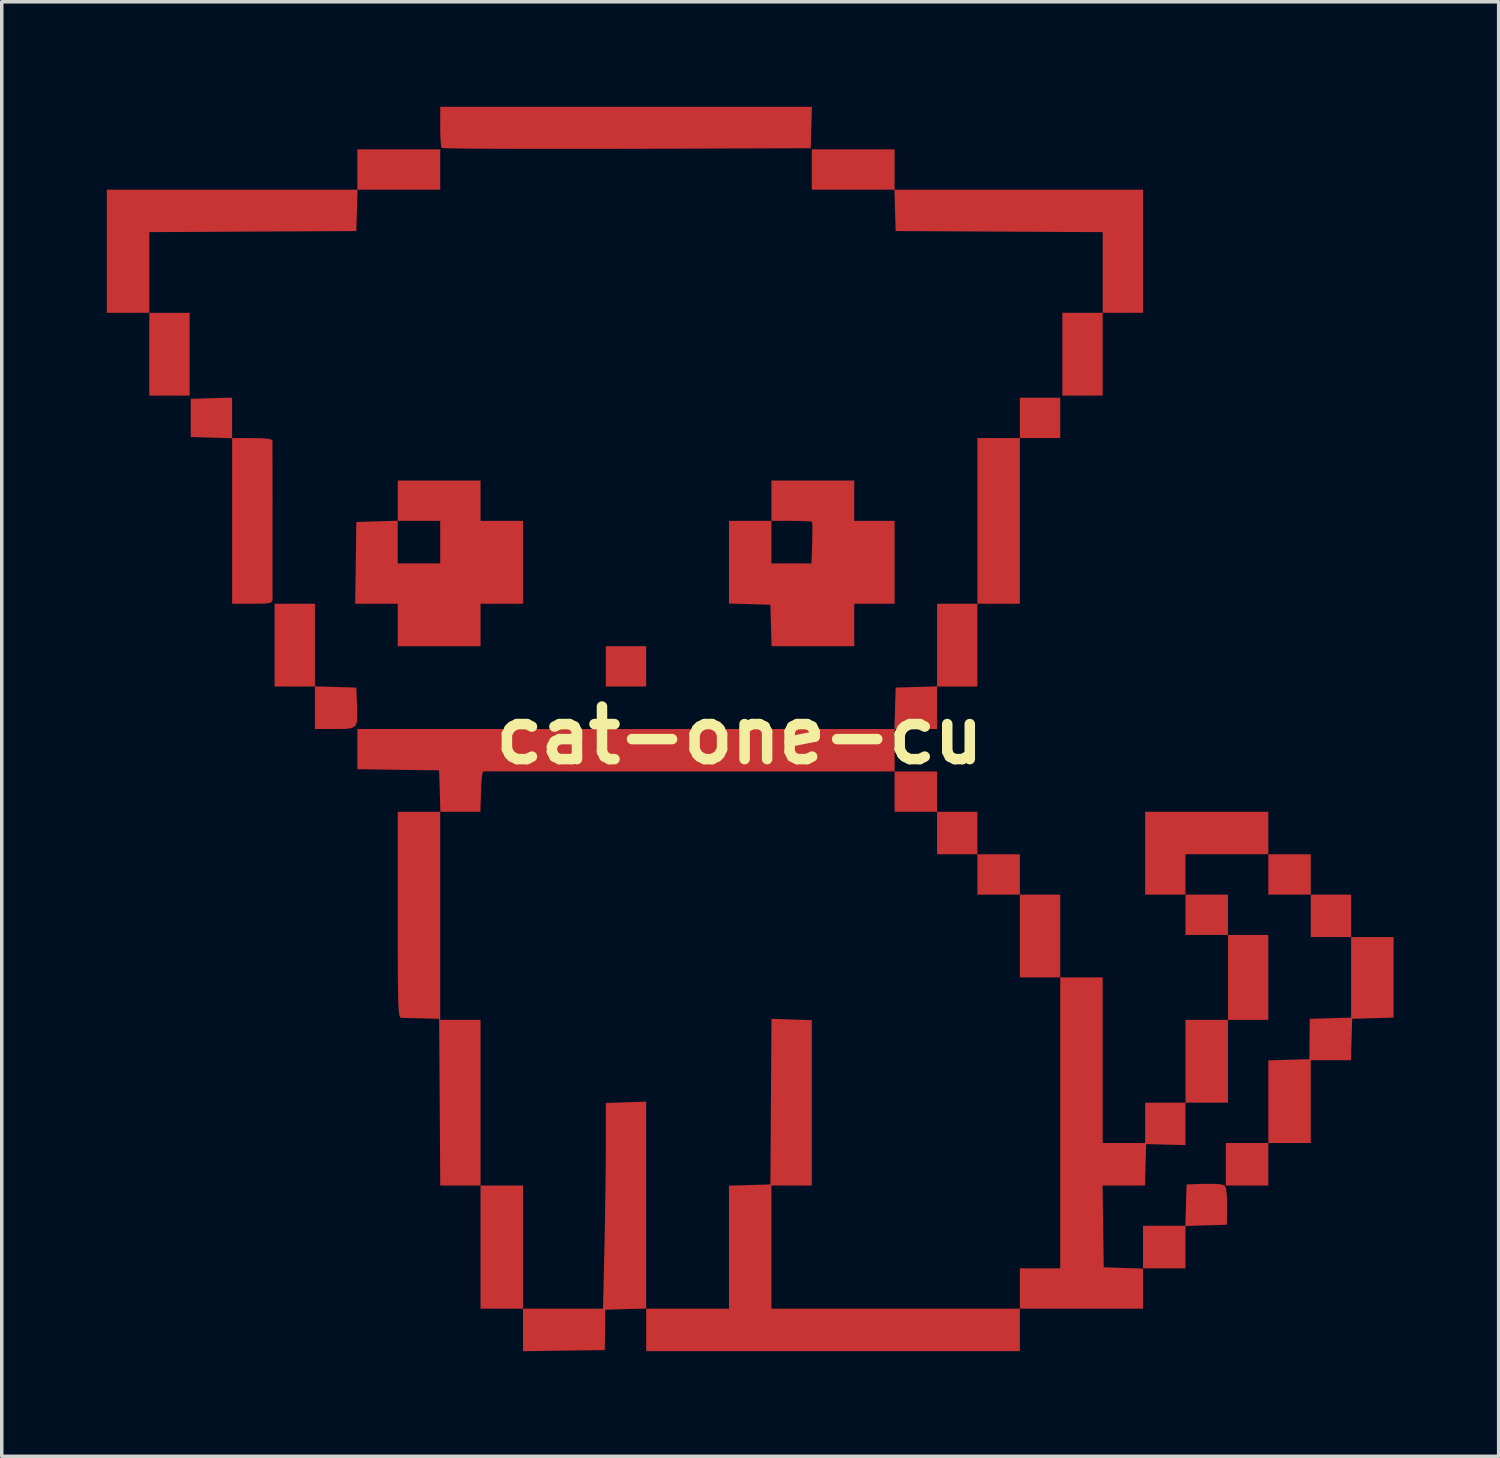
<source format=kicad_pcb>
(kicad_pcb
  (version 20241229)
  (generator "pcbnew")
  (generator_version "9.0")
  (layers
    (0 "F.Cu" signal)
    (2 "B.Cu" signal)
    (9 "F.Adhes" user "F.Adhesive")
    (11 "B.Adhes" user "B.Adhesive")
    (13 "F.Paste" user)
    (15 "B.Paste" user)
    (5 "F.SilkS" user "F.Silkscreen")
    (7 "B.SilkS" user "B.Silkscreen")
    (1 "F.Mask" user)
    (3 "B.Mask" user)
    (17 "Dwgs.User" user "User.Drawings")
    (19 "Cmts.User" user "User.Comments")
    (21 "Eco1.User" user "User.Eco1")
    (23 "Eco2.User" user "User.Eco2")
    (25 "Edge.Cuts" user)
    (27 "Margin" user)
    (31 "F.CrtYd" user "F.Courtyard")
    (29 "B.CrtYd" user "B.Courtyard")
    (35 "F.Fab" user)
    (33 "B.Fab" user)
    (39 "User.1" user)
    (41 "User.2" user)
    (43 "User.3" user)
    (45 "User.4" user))
  (footprint "cat-one-cu"
    (layer "F.Cu")
    (at 18.065 17.944)
    (property "Reference" "cat-one-cu" (at 0 0 0) (layer "F.SilkS") (effects (font (size 1.5 1.5) (thickness 0.3))))
    (attr board_only exclude_from_pos_files exclude_from_bom)
    (fp_poly (pts (xy -15.701 -10.881) (xy -15.701 -9.699) (xy -16.277 -9.699) (xy -16.853 -9.699) (xy -16.853 -10.881) (xy -16.853 -12.063) (xy -16.277 -12.063) (xy -15.701 -12.063)) (stroke (width 0) (type solid)) (fill yes) (layer "F.Cu"))
    (fp_poly (pts (xy -2.667 -1.97) (xy -2.667 -1.394) (xy -3.243 -1.394) (xy -3.819 -1.394) (xy -3.819 -1.97) (xy -3.819 -2.546) (xy -3.243 -2.546) (xy -2.667 -2.546)) (stroke (width 0) (type solid)) (fill yes) (layer "F.Cu"))
    (fp_poly (pts (xy 5.638 1.606) (xy 5.638 2.182) (xy 5.032 2.182) (xy 4.425 2.182) (xy 4.425 1.606) (xy 4.425 1.031) (xy 5.032 1.031) (xy 5.638 1.031)) (stroke (width 0) (type solid)) (fill yes) (layer "F.Cu"))
    (fp_poly (pts (xy 6.789 2.789) (xy 6.789 3.395) (xy 6.214 3.395) (xy 5.638 3.395) (xy 5.638 2.789) (xy 5.638 2.182) (xy 6.214 2.182) (xy 6.789 2.182)) (stroke (width 0) (type solid)) (fill yes) (layer "F.Cu"))
    (fp_poly (pts (xy 8.002 3.971) (xy 8.002 4.547) (xy 7.396 4.547) (xy 6.789 4.547) (xy 6.789 3.971) (xy 6.789 3.395) (xy 7.396 3.395) (xy 8.002 3.395)) (stroke (width 0) (type solid)) (fill yes) (layer "F.Cu"))
    (fp_poly (pts (xy 9.154 5.729) (xy 9.154 6.911) (xy 8.578 6.911) (xy 8.002 6.911) (xy 8.002 5.729) (xy 8.002 4.547) (xy 8.578 4.547) (xy 9.154 4.547)) (stroke (width 0) (type solid)) (fill yes) (layer "F.Cu"))
    (fp_poly (pts (xy 13.943 5.122) (xy 13.943 5.698) (xy 13.337 5.698) (xy 12.73 5.698) (xy 12.73 5.122) (xy 12.73 4.547) (xy 13.337 4.547) (xy 13.943 4.547)) (stroke (width 0) (type solid)) (fill yes) (layer "F.Cu"))
    (fp_poly (pts (xy 16.307 3.971) (xy 16.307 4.547) (xy 15.701 4.547) (xy 15.095 4.547) (xy 15.095 3.971) (xy 15.095 3.395) (xy 15.701 3.395) (xy 16.307 3.395)) (stroke (width 0) (type solid)) (fill yes) (layer "F.Cu"))
    (fp_poly (pts (xy 17.459 5.153) (xy 17.459 5.759) (xy 16.883 5.759) (xy 16.307 5.759) (xy 16.307 5.153) (xy 16.307 4.547) (xy 16.883 4.547) (xy 17.459 4.547)) (stroke (width 0) (type solid)) (fill yes) (layer "F.Cu"))
    (fp_poly (pts (xy 15.095 2.789) (xy 15.095 3.395) (xy 13.912 3.395) (xy 12.73 3.395) (xy 12.73 3.971) (xy 12.73 4.547) (xy 12.154 4.547) (xy 11.579 4.547) (xy 11.579 3.364) (xy 11.579 2.182) (xy 13.337 2.182) (xy 15.095 2.182)) (stroke (width 0) (type solid)) (fill yes) (layer "F.Cu"))
    (fp_poly (pts (xy -8.547 -16.155) (xy -8.547 -15.579) (xy -9.727 -15.579) (xy -10.907 -15.579) (xy -10.925 -14.988) (xy -10.942 -14.397) (xy -13.897 -14.382) (xy -16.853 -14.366) (xy -16.853 -13.215) (xy -16.853 -12.063) (xy -17.459 -12.063) (xy -18.065 -12.063) (xy -18.065 -13.821) (xy -18.065 -15.579) (xy -14.488 -15.579) (xy -10.912 -15.579) (xy -10.912 -16.155) (xy -10.912 -16.731) (xy -9.73 -16.731) (xy -8.547 -16.731)) (stroke (width 0) (type solid)) (fill yes) (layer "F.Cu"))
    (fp_poly (pts (xy -12.124 -2.579) (xy -12.124 -1.399) (xy -11.533 -1.381) (xy -10.942 -1.364) (xy -10.924 -0.91) (xy -10.913 -0.603) (xy -10.922 -0.398) (xy -10.967 -0.273) (xy -11.067 -0.209) (xy -11.237 -0.185) (xy -11.497 -0.182) (xy -11.549 -0.182) (xy -12.124 -0.182) (xy -12.124 -0.788) (xy -12.124 -1.394) (xy -12.7 -1.394) (xy -13.276 -1.394) (xy -13.276 -2.576) (xy -13.276 -3.758) (xy -12.7 -3.758) (xy -12.124 -3.758)) (stroke (width 0) (type solid)) (fill yes) (layer "F.Cu"))
    (fp_poly (pts (xy 2.048 -17.353) (xy 2.031 -16.762) (xy -3.217 -16.745) (xy -4.004 -16.744) (xy -4.757 -16.743) (xy -5.465 -16.743) (xy -6.121 -16.744) (xy -6.716 -16.745) (xy -7.241 -16.748) (xy -7.687 -16.751) (xy -8.045 -16.755) (xy -8.307 -16.76) (xy -8.463 -16.766) (xy -8.506 -16.771) (xy -8.524 -16.846) (xy -8.538 -17.013) (xy -8.546 -17.243) (xy -8.547 -17.378) (xy -8.547 -17.944) (xy -3.241 -17.944) (xy 2.065 -17.944)) (stroke (width 0) (type solid)) (fill yes) (layer "F.Cu"))
    (fp_poly (pts (xy 13.718 12.816) (xy 13.836 12.841) (xy 13.848 12.848) (xy 13.891 12.951) (xy 13.914 13.172) (xy 13.918 13.442) (xy 13.912 13.973) (xy 13.321 13.99) (xy 12.73 14.008) (xy 12.73 14.612) (xy 12.73 15.216) (xy 12.124 15.216) (xy 11.518 15.216) (xy 11.518 14.614) (xy 11.518 14.003) (xy 12.122 14.003) (xy 12.726 14.003) (xy 12.743 13.412) (xy 12.761 12.821) (xy 13.267 12.804) (xy 13.518 12.802)) (stroke (width 0) (type solid)) (fill yes) (layer "F.Cu"))
    (fp_poly (pts (xy 4.425 -16.155) (xy 4.425 -15.579) (xy 7.972 -15.579) (xy 11.518 -15.579) (xy 11.518 -13.821) (xy 11.518 -12.063) (xy 10.942 -12.063) (xy 10.366 -12.063) (xy 10.366 -10.881) (xy 10.366 -9.699) (xy 9.79 -9.699) (xy 9.214 -9.699) (xy 9.214 -10.881) (xy 9.214 -12.063) (xy 9.79 -12.063) (xy 10.366 -12.063) (xy 10.366 -13.215) (xy 10.366 -14.366) (xy 7.411 -14.382) (xy 4.456 -14.397) (xy 4.438 -14.988) (xy 4.421 -15.579) (xy 3.241 -15.579) (xy 2.061 -15.579) (xy 2.061 -16.155) (xy 2.061 -16.731) (xy 3.243 -16.731) (xy 4.425 -16.731)) (stroke (width 0) (type solid)) (fill yes) (layer "F.Cu"))
    (fp_poly (pts (xy 18.671 6.909) (xy 18.671 8.058) (xy 18.08 8.075) (xy 17.489 8.093) (xy 17.472 8.684) (xy 17.454 9.275) (xy 16.881 9.275) (xy 16.307 9.275) (xy 16.307 10.457) (xy 16.307 11.639) (xy 15.701 11.639) (xy 15.095 11.639) (xy 15.095 12.245) (xy 15.095 12.852) (xy 14.488 12.852) (xy 13.882 12.852) (xy 13.882 12.245) (xy 13.882 11.639) (xy 14.488 11.639) (xy 15.095 11.639) (xy 15.095 10.459) (xy 15.095 9.279) (xy 15.681 9.262) (xy 16.267 9.245) (xy 16.272 8.669) (xy 16.277 8.093) (xy 16.868 8.075) (xy 17.459 8.058) (xy 17.459 6.909) (xy 17.459 5.759) (xy 18.065 5.759) (xy 18.671 5.759)) (stroke (width 0) (type solid)) (fill yes) (layer "F.Cu"))
    (fp_poly (pts (xy -14.488 -9.065) (xy -14.488 -8.487) (xy -13.912 -8.487) (xy -13.623 -8.482) (xy -13.44 -8.466) (xy -13.351 -8.437) (xy -13.336 -8.411) (xy -13.336 -8.257) (xy -13.336 -8.01) (xy -13.335 -7.687) (xy -13.335 -7.306) (xy -13.335 -6.881) (xy -13.334 -6.43) (xy -13.334 -5.969) (xy -13.334 -5.516) (xy -13.334 -5.085) (xy -13.334 -4.695) (xy -13.334 -4.361) (xy -13.334 -4.1) (xy -13.334 -3.929) (xy -13.335 -3.865) (xy -13.349 -3.815) (xy -13.403 -3.783) (xy -13.52 -3.766) (xy -13.722 -3.759) (xy -13.912 -3.758) (xy -14.488 -3.758) (xy -14.488 -6.12) (xy -14.488 -8.482) (xy -15.079 -8.5) (xy -15.67 -8.517) (xy -15.67 -9.063) (xy -15.67 -9.608) (xy -15.079 -9.626) (xy -14.488 -9.643)) (stroke (width 0) (type solid)) (fill yes) (layer "F.Cu"))
    (fp_poly (pts (xy -7.396 -6.699) (xy -7.396 -6.123) (xy -6.789 -6.123) (xy -6.183 -6.123) (xy -6.183 -4.941) (xy -6.183 -3.758) (xy -6.789 -3.758) (xy -7.396 -3.758) (xy -7.396 -3.152) (xy -7.396 -2.546) (xy -8.578 -2.546) (xy -9.76 -2.546) (xy -9.76 -3.152) (xy -9.76 -3.758) (xy -10.367 -3.758) (xy -10.975 -3.758) (xy -10.958 -4.925) (xy -10.942 -6.092) (xy -10.351 -6.11) (xy -9.909 -6.123) (xy -9.76 -6.123) (xy -9.76 -5.516) (xy -9.76 -4.91) (xy -9.154 -4.91) (xy -8.547 -4.91) (xy -8.547 -5.516) (xy -8.547 -6.123) (xy -9.154 -6.123) (xy -9.76 -6.123) (xy -9.909 -6.123) (xy -9.76 -6.127) (xy -9.76 -6.701) (xy -9.76 -7.274) (xy -8.578 -7.274) (xy -7.396 -7.274)) (stroke (width 0) (type solid)) (fill yes) (layer "F.Cu"))
    (fp_poly (pts (xy 3.274 -6.699) (xy 3.274 -6.123) (xy 3.849 -6.123) (xy 4.425 -6.123) (xy 4.425 -4.941) (xy 4.425 -3.758) (xy 3.849 -3.758) (xy 3.274 -3.758) (xy 3.274 -3.152) (xy 3.274 -2.546) (xy 2.094 -2.546) (xy 0.914 -2.546) (xy 0.896 -3.137) (xy 0.879 -3.728) (xy 0.288 -3.746) (xy -0.303 -3.763) (xy -0.303 -4.943) (xy -0.303 -6.123) (xy 0.303 -6.123) (xy 0.909 -6.123) (xy 0.909 -5.516) (xy 0.909 -4.91) (xy 1.481 -4.91) (xy 2.053 -4.91) (xy 2.072 -5.491) (xy 2.078 -5.744) (xy 2.078 -5.946) (xy 2.072 -6.071) (xy 2.066 -6.098) (xy 1.998 -6.109) (xy 1.838 -6.117) (xy 1.612 -6.122) (xy 1.475 -6.123) (xy 0.909 -6.123) (xy 0.909 -6.699) (xy 0.909 -7.274) (xy 2.091 -7.274) (xy 3.274 -7.274)) (stroke (width 0) (type solid)) (fill yes) (layer "F.Cu"))
    (fp_poly (pts (xy -8.56 1.591) (xy -8.578 1) (xy -9.745 0.984) (xy -10.912 0.967) (xy -10.912 0.393) (xy -10.912 -0.182) (xy -3.245 -0.182) (xy 4.421 -0.182) (xy 4.438 -0.773) (xy 4.456 -1.364) (xy 5.047 -1.381) (xy 5.638 -1.399) (xy 5.638 -2.579) (xy 5.638 -3.758) (xy 6.214 -3.758) (xy 6.789 -3.758) (xy 6.789 -6.123) (xy 6.789 -8.487) (xy 7.396 -8.487) (xy 8.002 -8.487) (xy 8.002 -9.063) (xy 8.002 -9.639) (xy 8.578 -9.639) (xy 9.154 -9.639) (xy 9.154 -9.063) (xy 9.154 -8.487) (xy 8.578 -8.487) (xy 8.002 -8.487) (xy 8.002 -6.123) (xy 8.002 -3.758) (xy 7.396 -3.758) (xy 6.789 -3.758) (xy 6.789 -2.576) (xy 6.789 -1.394) (xy 6.214 -1.394) (xy 5.638 -1.394) (xy 5.638 -0.788) (xy 5.638 -0.182) (xy 5.032 -0.182) (xy 4.425 -0.182) (xy 4.425 0.424) (xy 4.425 1.031) (xy -1.425 1.031) (xy -2.257 1.031) (xy -3.054 1.031) (xy -3.809 1.031) (xy -4.513 1.031) (xy -5.157 1.03) (xy -5.734 1.03) (xy -6.234 1.03) (xy -6.65 1.03) (xy -6.973 1.03) (xy -7.195 1.03) (xy -7.307 1.03) (xy -7.32 1.03) (xy -7.341 1.086) (xy -7.361 1.237) (xy -7.377 1.457) (xy -7.383 1.606) (xy -7.4 2.182) (xy -7.974 2.182) (xy -8.547 2.182) (xy -8.547 5.153) (xy -8.547 8.123) (xy -7.972 8.123) (xy -7.396 8.123) (xy -7.396 10.487) (xy -7.396 12.852) (xy -7.971 12.852) (xy -8.546 12.852) (xy -8.562 10.472) (xy -8.578 8.093) (xy -9.063 8.081) (xy -9.306 8.075) (xy -9.511 8.07) (xy -9.64 8.066) (xy -9.654 8.066) (xy -9.678 8.059) (xy -9.698 8.034) (xy -9.715 7.981) (xy -9.728 7.889) (xy -9.739 7.748) (xy -9.747 7.55) (xy -9.752 7.283) (xy -9.756 6.937) (xy -9.758 6.504) (xy -9.76 5.972) (xy -9.76 5.331) (xy -9.76 5.122) (xy -9.76 2.182) (xy -9.152 2.182) (xy -8.543 2.182)) (stroke (width 0) (type solid)) (fill yes) (layer "F.Cu"))
    (fp_poly (pts (xy 15.095 6.911) (xy 15.095 8.123) (xy 14.519 8.123) (xy 13.943 8.123) (xy 13.943 9.305) (xy 13.943 10.487) (xy 13.337 10.487) (xy 12.73 10.487) (xy 12.73 11.093) (xy 12.73 11.698) (xy 12.17 11.684) (xy 11.609 11.669) (xy 11.591 12.261) (xy 11.574 12.852) (xy 10.969 12.852) (xy 10.363 12.852) (xy 10.38 14.018) (xy 10.396 15.185) (xy 10.957 15.205) (xy 11.518 15.224) (xy 11.518 15.792) (xy 11.518 16.368) (xy 9.76 16.368) (xy 8.002 16.368) (xy 8.002 16.974) (xy 8.002 17.58) (xy 2.667 17.58) (xy -2.667 17.58) (xy -2.667 16.972) (xy -2.667 16.363) (xy -3.25 16.381) (xy -3.832 16.398) (xy -3.841 16.974) (xy -3.849 17.55) (xy -5.016 17.566) (xy -6.183 17.583) (xy -6.183 16.975) (xy -6.183 16.368) (xy -6.789 16.368) (xy -7.396 16.368) (xy -7.396 14.61) (xy -7.396 12.852) (xy -6.789 12.852) (xy -6.183 12.852) (xy -6.183 14.61) (xy -6.183 16.368) (xy -5.041 16.368) (xy -3.899 16.368) (xy -3.859 14.594) (xy -3.848 14.065) (xy -3.839 13.506) (xy -3.83 12.948) (xy -3.824 12.423) (xy -3.82 11.963) (xy -3.819 11.658) (xy -3.819 10.496) (xy -3.243 10.476) (xy -2.667 10.457) (xy -2.667 13.412) (xy -2.667 16.368) (xy -1.485 16.368) (xy -0.303 16.368) (xy -0.303 14.612) (xy -0.303 12.856) (xy 0.288 12.839) (xy 0.879 12.821) (xy 0.895 10.457) (xy 0.91 8.093) (xy 1.486 8.112) (xy 2.061 8.131) (xy 2.061 10.492) (xy 2.061 12.852) (xy 1.485 12.852) (xy 0.909 12.852) (xy 0.909 14.61) (xy 0.909 16.368) (xy 4.456 16.368) (xy 8.002 16.368) (xy 8.002 15.792) (xy 8.002 15.216) (xy 8.578 15.216) (xy 9.154 15.216) (xy 9.154 11.063) (xy 9.154 6.911) (xy 9.76 6.911) (xy 10.366 6.911) (xy 10.366 9.275) (xy 10.366 11.639) (xy 10.972 11.639) (xy 11.579 11.639) (xy 11.579 11.063) (xy 11.579 10.487) (xy 12.154 10.487) (xy 12.73 10.487) (xy 12.73 9.305) (xy 12.73 8.123) (xy 13.337 8.123) (xy 13.943 8.123) (xy 13.943 6.911) (xy 13.943 5.698) (xy 14.519 5.698) (xy 15.095 5.698)) (stroke (width 0) (type solid)) (fill yes) (layer "F.Cu")))
  (gr_rect
    (start -3 -3)
    (end 39.736 38.526)
    (stroke (width 0.1) (type default))
    (fill no)
    (layer "Edge.Cuts")))
</source>
